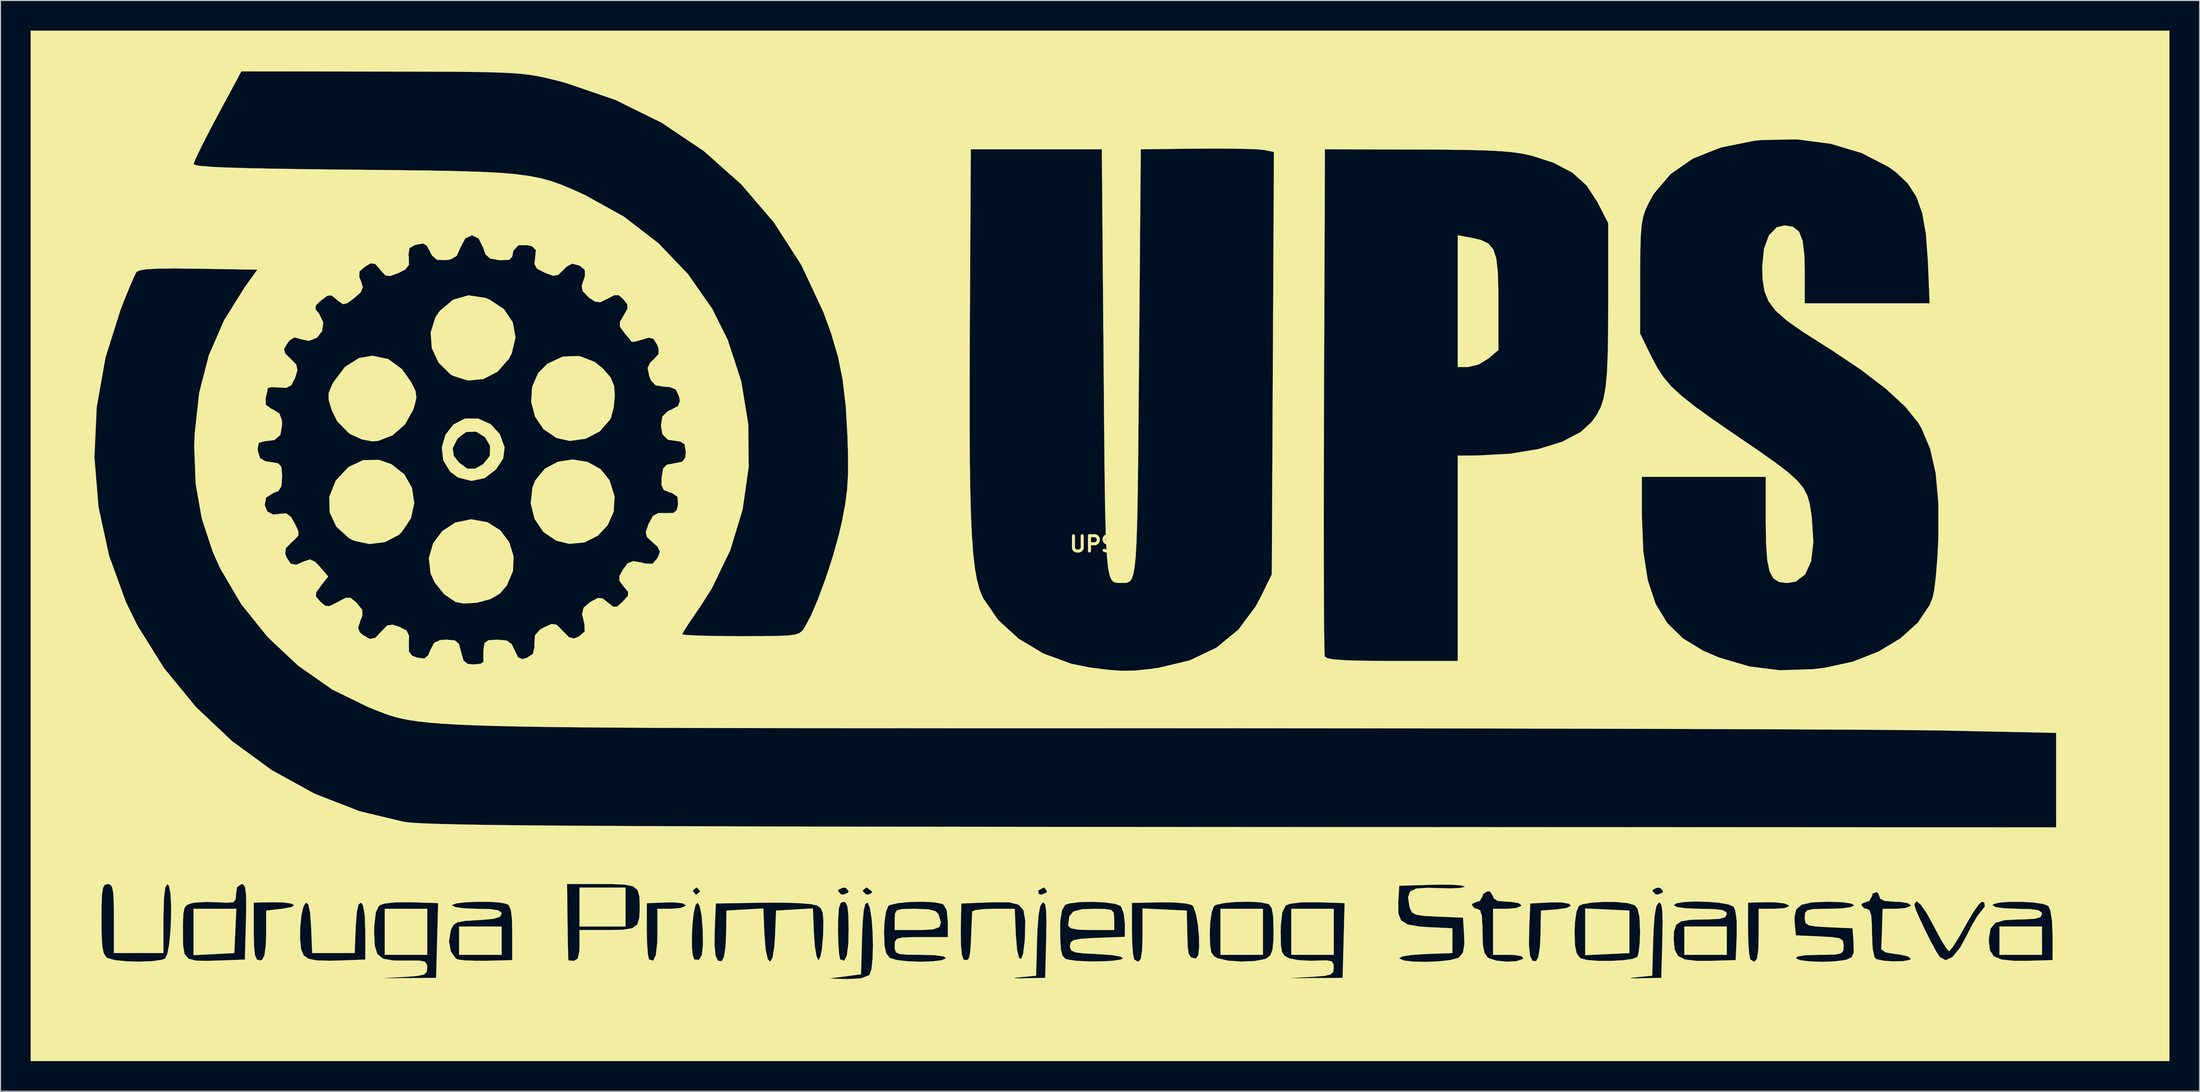
<source format=kicad_pcb>
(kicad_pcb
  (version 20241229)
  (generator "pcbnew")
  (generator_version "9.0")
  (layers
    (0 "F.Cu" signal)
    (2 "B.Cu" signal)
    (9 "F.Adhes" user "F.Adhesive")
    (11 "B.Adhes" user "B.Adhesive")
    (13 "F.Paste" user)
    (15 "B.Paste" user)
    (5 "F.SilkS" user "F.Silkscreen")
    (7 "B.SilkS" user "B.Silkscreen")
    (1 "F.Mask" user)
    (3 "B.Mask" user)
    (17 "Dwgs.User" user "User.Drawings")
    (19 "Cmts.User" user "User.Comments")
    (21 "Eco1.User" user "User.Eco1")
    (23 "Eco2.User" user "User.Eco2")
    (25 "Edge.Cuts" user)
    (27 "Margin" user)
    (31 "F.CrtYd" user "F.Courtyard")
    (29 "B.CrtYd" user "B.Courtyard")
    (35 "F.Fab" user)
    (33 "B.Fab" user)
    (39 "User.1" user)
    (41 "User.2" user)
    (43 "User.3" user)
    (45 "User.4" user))
  (footprint "UPS3"
    (layer "F.Cu")
    (at 106.544 51.158)
    (property "Reference" "UPS3" (at 0 0 0) (layer "F.SilkS") (effects (font (size 1.524 1.524) (thickness 0.3))))
    (attr through_hole)
    (fp_poly (pts (xy -67.028 40.922) (xy -71.261 40.922) (xy -71.261 36.336) (xy -67.028 36.336) (xy -67.028 40.922)) (stroke (width 0.01) (type solid)) (fill yes) (layer "F.SilkS"))
    (fp_poly (pts (xy -59.619 40.922) (xy -63.853 40.922) (xy -63.853 38.1) (xy -59.619 38.1) (xy -59.619 40.922)) (stroke (width 0.01) (type solid)) (fill yes) (layer "F.SilkS"))
    (fp_poly (pts (xy -47.272 38.1) (xy -51.858 38.1) (xy -51.858 34.219) (xy -47.272 34.219) (xy -47.272 38.1)) (stroke (width 0.01) (type solid)) (fill yes) (layer "F.SilkS"))
    (fp_poly (pts (xy 16.228 40.922) (xy 11.994 40.922) (xy 11.994 36.336) (xy 16.228 36.336) (xy 16.228 40.922)) (stroke (width 0.01) (type solid)) (fill yes) (layer "F.SilkS"))
    (fp_poly (pts (xy 23.283 40.922) (xy 19.05 40.922) (xy 19.05 36.336) (xy 23.283 36.336) (xy 23.283 40.922)) (stroke (width 0.01) (type solid)) (fill yes) (layer "F.SilkS"))
    (fp_poly (pts (xy 52.74 36.513) (xy 52.74 40.746) (xy 48.331 40.956) (xy 48.331 36.302) (xy 52.74 36.513)) (stroke (width 0.01) (type solid)) (fill yes) (layer "F.SilkS"))
    (fp_poly (pts (xy 62.442 40.922) (xy 58.208 40.922) (xy 58.208 38.1) (xy 62.442 38.1) (xy 62.442 40.922)) (stroke (width 0.01) (type solid)) (fill yes) (layer "F.SilkS"))
    (fp_poly (pts (xy 93.839 40.922) (xy 89.606 40.922) (xy 89.606 38.1) (xy 93.839 38.1) (xy 93.839 40.922)) (stroke (width 0.01) (type solid)) (fill yes) (layer "F.SilkS"))
    (fp_poly (pts (xy -86.149 38.541) (xy -86.254 40.746) (xy -88.283 40.852) (xy -90.311 40.957) (xy -90.311 36.336) (xy -86.044 36.336) (xy -86.149 38.541)) (stroke (width 0.01) (type solid)) (fill yes) (layer "F.SilkS"))
    (fp_poly (pts (xy 36.953 -30.53) (xy 37.963 -30.294) (xy 38.689 -29.941) (xy 39.179 -29.361) (xy 39.477 -28.447) (xy 39.63 -27.092) (xy 39.683 -25.188) (xy 39.688 -24.124) (xy 39.688 -19.341) (xy 38.698 -18.49) (xy 37.691 -17.882) (xy 36.669 -17.639) (xy 35.631 -17.639) (xy 35.631 -30.77) (xy 36.953 -30.53)) (stroke (width 0.01) (type solid)) (fill yes) (layer "F.SilkS"))
    (fp_poly (pts (xy -17.107 36.389) (xy -16.388 36.572) (xy -16.089 36.894) (xy -15.863 37.68) (xy -15.997 38.149) (xy -16.599 38.379) (xy -17.772 38.451) (xy -18.168 38.453) (xy -20.461 38.453) (xy -20.461 37.394) (xy -20.432 36.805) (xy -20.235 36.489) (xy -19.7 36.361) (xy -18.66 36.336) (xy -18.382 36.336) (xy -17.107 36.389)) (stroke (width 0.01) (type solid)) (fill yes) (layer "F.SilkS"))
    (fp_poly (pts (xy 0.491 36.351) (xy 1.111 36.451) (xy 1.362 36.724) (xy 1.411 37.253) (xy 1.411 37.394) (xy 1.411 38.453) (xy -0.882 38.453) (xy -2.188 38.413) (xy -2.91 38.278) (xy -3.169 38.02) (xy -3.175 37.952) (xy -3.068 37.098) (xy -2.656 36.604) (xy -1.798 36.38) (xy -0.668 36.336) (xy 0.491 36.351)) (stroke (width 0.01) (type solid)) (fill yes) (layer "F.SilkS"))
    (fp_poly (pts (xy -51.052 -8.185) (xy -49.761 -7.472) (xy -48.866 -6.362) (xy -48.364 -4.755) (xy -48.459 -3.223) (xy -49.054 -1.875) (xy -50.054 -0.82) (xy -51.363 -0.166) (xy -52.885 -0.022) (xy -54.18 -0.342) (xy -55.472 -1.214) (xy -56.34 -2.51) (xy -56.722 -4.046) (xy -56.554 -5.637) (xy -56.262 -6.362) (xy -55.308 -7.519) (xy -54.003 -8.209) (xy -52.526 -8.431) (xy -51.052 -8.185)) (stroke (width 0.01) (type solid)) (fill yes) (layer "F.SilkS"))
    (fp_poly (pts (xy -70.59 -7.956) (xy -69.307 -6.941) (xy -68.546 -5.597) (xy -68.323 -4.086) (xy -68.653 -2.571) (xy -69.554 -1.214) (xy -69.887 -0.905) (xy -71.23 -0.199) (xy -72.804 -0.004) (xy -74.339 -0.339) (xy -74.834 -0.594) (xy -76.088 -1.736) (xy -76.751 -3.157) (xy -76.79 -4.715) (xy -76.176 -6.267) (xy -76.101 -6.381) (xy -74.869 -7.688) (xy -73.409 -8.367) (xy -71.819 -8.39) (xy -70.59 -7.956)) (stroke (width 0.01) (type solid)) (fill yes) (layer "F.SilkS"))
    (fp_poly (pts (xy -61.256 -24.535) (xy -60.817 -24.361) (xy -59.381 -23.398) (xy -58.506 -22.1) (xy -58.235 -20.593) (xy -58.607 -19.005) (xy -58.9 -18.45) (xy -60.022 -17.18) (xy -61.427 -16.447) (xy -62.955 -16.291) (xy -64.449 -16.756) (xy -64.711 -16.914) (xy -65.903 -18.071) (xy -66.573 -19.519) (xy -66.689 -21.082) (xy -66.222 -22.584) (xy -65.77 -23.246) (xy -64.445 -24.351) (xy -62.923 -24.785) (xy -61.256 -24.535)) (stroke (width 0.01) (type solid)) (fill yes) (layer "F.SilkS"))
    (fp_poly (pts (xy -61.011 -2.17) (xy -59.742 -1.364) (xy -58.862 -0.191) (xy -58.427 1.208) (xy -58.49 2.694) (xy -59.104 4.128) (xy -59.784 4.928) (xy -60.755 5.488) (xy -62.074 5.841) (xy -63.401 5.924) (xy -64.206 5.767) (xy -65.329 5.01) (xy -66.278 3.834) (xy -66.692 2.947) (xy -66.87 1.394) (xy -66.451 -0.066) (xy -65.542 -1.291) (xy -64.248 -2.139) (xy -62.677 -2.469) (xy -62.618 -2.469) (xy -61.011 -2.17)) (stroke (width 0.01) (type solid)) (fill yes) (layer "F.SilkS"))
    (fp_poly (pts (xy -50.346 -18.151) (xy -49.53 -17.498) (xy -48.754 -16.598) (xy -48.409 -15.752) (xy -48.343 -14.764) (xy -48.455 -13.599) (xy -48.719 -12.604) (xy -48.808 -12.414) (xy -49.839 -11.23) (xy -51.253 -10.494) (xy -52.834 -10.28) (xy -54.151 -10.567) (xy -55.44 -11.438) (xy -56.289 -12.692) (xy -56.677 -14.158) (xy -56.582 -15.664) (xy -55.983 -17.037) (xy -55.072 -17.964) (xy -53.51 -18.684) (xy -51.886 -18.743) (xy -50.346 -18.151)) (stroke (width 0.01) (type solid)) (fill yes) (layer "F.SilkS"))
    (fp_poly (pts (xy -70.909 -18.433) (xy -69.554 -17.441) (xy -68.621 -16.127) (xy -68.203 -15.264) (xy -68.109 -14.581) (xy -68.316 -13.721) (xy -68.444 -13.344) (xy -69.257 -11.91) (xy -70.479 -10.841) (xy -71.923 -10.281) (xy -72.496 -10.231) (xy -73.541 -10.432) (xy -74.653 -10.927) (xy -74.825 -11.036) (xy -76 -12.235) (xy -76.547 -13.344) (xy -76.847 -14.339) (xy -76.853 -15.04) (xy -76.543 -15.805) (xy -76.371 -16.127) (xy -75.228 -17.652) (xy -73.832 -18.535) (xy -72.496 -18.768) (xy -70.909 -18.433)) (stroke (width 0.01) (type solid)) (fill yes) (layer "F.SilkS"))
    (fp_poly (pts (xy -61.956 -12.504) (xy -60.711 -11.949) (xy -59.811 -10.963) (xy -59.779 -10.904) (xy -59.324 -9.636) (xy -59.461 -8.544) (xy -60.18 -7.435) (xy -61.316 -6.568) (xy -62.639 -6.297) (xy -63.955 -6.633) (xy -64.751 -7.216) (xy -65.44 -8.347) (xy -65.569 -9.56) (xy -64.493 -9.56) (xy -64.384 -8.781) (xy -63.853 -8.114) (xy -63.036 -7.514) (xy -62.244 -7.521) (xy -61.462 -7.958) (xy -60.802 -8.781) (xy -60.767 -9.775) (xy -61.262 -10.644) (xy -62.168 -11.206) (xy -63.156 -11.166) (xy -63.987 -10.536) (xy -64.009 -10.505) (xy -64.493 -9.56) (xy -65.569 -9.56) (xy -65.577 -9.639) (xy -65.217 -10.896) (xy -64.413 -11.921) (xy -63.275 -12.504) (xy -61.956 -12.504)) (stroke (width 0.01) (type solid)) (fill yes) (layer "F.SilkS"))
    (fp_poly (pts (xy 106.539 51.506) (xy -106.539 51.506) (xy -106.539 43.286) (xy -26.988 43.286) (xy -25.179 43.339) (xy -23.803 43.265) (xy -23.782 43.258) (xy -8.528 43.258) (xy -7.848 43.26) (xy -7.706 43.258) (xy 52.856 43.258) (xy 53.535 43.26) (xy 53.975 43.253) (xy 55.915 43.215) (xy 56.016 39.389) (xy 56.044 37.649) (xy 56.013 36.517) (xy 55.927 35.983) (xy 57.15 35.983) (xy 57.478 36.161) (xy 58.367 36.285) (xy 59.672 36.336) (xy 59.796 36.336) (xy 61.191 36.364) (xy 62.011 36.464) (xy 62.381 36.662) (xy 62.442 36.865) (xy 62.277 37.174) (xy 61.696 37.339) (xy 60.564 37.394) (xy 60.354 37.394) (xy 58.837 37.428) (xy 57.892 37.583) (xy 57.385 37.94) (xy 57.182 38.582) (xy 57.15 39.355) (xy 57.236 40.373) (xy 57.572 41.028) (xy 58.277 41.389) (xy 59.468 41.526) (xy 60.854 41.519) (xy 63.324 41.45) (xy 63.429 39.037) (xy 63.426 37.55) (xy 63.285 36.505) (xy 63.121 36.128) (xy 62.621 35.9) (xy 61.678 35.735) (xy 61.54 35.723) (xy 64.558 35.723) (xy 64.558 38.44) (xy 64.587 39.764) (xy 64.663 40.799) (xy 64.77 41.356) (xy 64.794 41.393) (xy 65.186 41.619) (xy 65.441 41.322) (xy 65.577 40.44) (xy 65.617 38.982) (xy 65.617 37.2) (xy 69.18 37.2) (xy 69.209 37.812) (xy 69.321 38.982) (xy 71.702 39.086) (xy 72.965 39.158) (xy 73.678 39.276) (xy 73.998 39.505) (xy 74.081 39.907) (xy 74.083 40.056) (xy 74.045 40.507) (xy 73.83 40.766) (xy 73.283 40.886) (xy 72.253 40.921) (xy 71.593 40.922) (xy 70.235 40.967) (xy 69.464 41.097) (xy 69.321 41.275) (xy 69.77 41.461) (xy 70.7 41.578) (xy 71.886 41.619) (xy 73.107 41.579) (xy 74.138 41.453) (xy 74.366 41.401) (xy 74.883 41.164) (xy 75.086 40.683) (xy 75.072 39.732) (xy 75.072 39.73) (xy 74.965 38.276) (xy 72.584 38.172) (xy 71.321 38.1) (xy 70.608 37.982) (xy 70.288 37.754) (xy 70.205 37.351) (xy 70.203 37.202) (xy 70.241 36.75) (xy 70.458 36.491) (xy 71.008 36.371) (xy 72.045 36.338) (xy 72.672 36.336) (xy 73.939 36.289) (xy 74.814 36.165) (xy 75.142 35.984) (xy 75.142 35.983) (xy 75.847 35.983) (xy 76.133 36.296) (xy 76.376 36.336) (xy 76.665 36.483) (xy 76.83 37.009) (xy 76.899 38.044) (xy 76.906 38.776) (xy 76.97 40.307) (xy 77.162 41.17) (xy 77.337 41.36) (xy 78.126 41.516) (xy 79.106 41.577) (xy 80.032 41.547) (xy 80.657 41.429) (xy 80.786 41.312) (xy 80.472 41.076) (xy 79.681 40.895) (xy 79.287 40.854) (xy 78.276 40.685) (xy 77.833 40.385) (xy 77.823 40.305) (xy 77.853 39.712) (xy 77.892 38.701) (xy 77.911 38.1) (xy 77.964 36.336) (xy 79.375 36.336) (xy 80.259 36.258) (xy 80.75 36.062) (xy 80.782 35.993) (xy 81.139 35.993) (xy 81.291 36.472) (xy 81.681 37.371) (xy 82.212 38.489) (xy 82.784 39.625) (xy 83.301 40.58) (xy 83.663 41.15) (xy 84.252 41.461) (xy 84.952 41.113) (xy 85.723 40.137) (xy 86.017 39.593) (xy 88.547 39.593) (xy 88.652 40.482) (xy 89.038 41.064) (xy 89.816 41.392) (xy 91.096 41.519) (xy 92.515 41.513) (xy 94.896 41.451) (xy 94.897 38.964) (xy 94.837 37.547) (xy 94.673 36.507) (xy 94.474 36.054) (xy 93.956 35.849) (xy 93.012 35.71) (xy 91.843 35.639) (xy 90.652 35.639) (xy 89.64 35.712) (xy 89.01 35.862) (xy 88.9 35.983) (xy 89.226 36.164) (xy 90.101 36.289) (xy 91.367 36.336) (xy 91.369 36.336) (xy 92.711 36.367) (xy 93.479 36.479) (xy 93.803 36.7) (xy 93.839 36.865) (xy 93.682 37.166) (xy 93.124 37.331) (xy 92.032 37.392) (xy 91.616 37.394) (xy 90.122 37.466) (xy 89.197 37.741) (xy 88.716 38.31) (xy 88.553 39.264) (xy 88.547 39.593) (xy 86.017 39.593) (xy 86.276 39.113) (xy 86.863 37.969) (xy 87.399 37.065) (xy 87.739 36.628) (xy 88.146 36.098) (xy 88.094 35.705) (xy 87.848 35.631) (xy 87.53 35.92) (xy 86.994 36.688) (xy 86.343 37.784) (xy 86.173 38.094) (xy 85.52 39.248) (xy 84.972 40.114) (xy 84.627 40.542) (xy 84.583 40.563) (xy 84.313 40.274) (xy 83.831 39.5) (xy 83.23 38.396) (xy 83.079 38.1) (xy 82.339 36.751) (xy 81.741 35.897) (xy 81.328 35.586) (xy 81.144 35.865) (xy 81.139 35.993) (xy 80.782 35.993) (xy 80.786 35.983) (xy 80.471 35.773) (xy 79.673 35.647) (xy 79.199 35.631) (xy 78.165 35.551) (xy 77.709 35.327) (xy 77.699 35.234) (xy 77.512 34.77) (xy 77.347 34.675) (xy 76.969 34.808) (xy 76.906 35.072) (xy 76.636 35.558) (xy 76.376 35.631) (xy 75.907 35.821) (xy 75.847 35.983) (xy 75.142 35.983) (xy 74.814 35.805) (xy 73.928 35.681) (xy 72.633 35.631) (xy 72.539 35.631) (xy 70.921 35.693) (xy 69.894 35.929) (xy 69.349 36.407) (xy 69.18 37.2) (xy 65.617 37.2) (xy 65.617 36.336) (xy 67.225 36.336) (xy 68.201 36.269) (xy 68.626 36.087) (xy 68.617 35.985) (xy 68.17 35.798) (xy 67.253 35.69) (xy 66.479 35.679) (xy 64.558 35.723) (xy 61.54 35.723) (xy 60.488 35.637) (xy 59.246 35.613) (xy 58.147 35.665) (xy 57.386 35.8) (xy 57.15 35.983) (xy 55.927 35.983) (xy 55.914 35.9) (xy 55.738 35.703) (xy 55.663 35.714) (xy 55.425 36.059) (xy 55.255 36.953) (xy 55.145 38.458) (xy 55.109 39.432) (xy 55.009 43) (xy 53.522 43.145) (xy 52.857 43.221) (xy 52.856 43.258) (xy -7.706 43.258) (xy -7.408 43.253) (xy -5.468 43.215) (xy -5.368 39.389) (xy -5.342 37.791) (xy -3.97 37.791) (xy -3.965 39.396) (xy -3.895 40.43) (xy -3.734 41.025) (xy -3.454 41.314) (xy -3.263 41.385) (xy -2.419 41.512) (xy -1.259 41.575) (xy 0.005 41.577) (xy 1.159 41.522) (xy 1.992 41.413) (xy 2.284 41.29) (xy 2.068 41.107) (xy 1.253 40.957) (xy -0.054 40.857) (xy -0.253 40.849) (xy -1.639 40.78) (xy -2.462 40.673) (xy -2.866 40.486) (xy -2.993 40.177) (xy -2.999 40.04) (xy -2.931 39.681) (xy -2.634 39.458) (xy -1.964 39.329) (xy -0.778 39.252) (xy -0.265 39.232) (xy 2.469 39.129) (xy 2.469 37.803) (xy 2.363 36.82) (xy 2.101 36.12) (xy 2.046 36.054) (xy 1.48 35.836) (xy 0.858 35.752) (xy 3.175 35.752) (xy 3.175 38.455) (xy 3.204 39.774) (xy 3.28 40.806) (xy 3.388 41.358) (xy 3.41 41.393) (xy 3.802 41.619) (xy 4.056 41.323) (xy 4.193 40.445) (xy 4.233 38.965) (xy 4.233 36.302) (xy 8.643 36.513) (xy 8.687 38.806) (xy 8.731 40.101) (xy 8.839 40.843) (xy 9.065 41.183) (xy 9.462 41.274) (xy 9.565 41.275) (xy 9.78 40.963) (xy 9.872 40.163) (xy 9.855 39.077) (xy 9.82 38.711) (xy 10.936 38.711) (xy 10.964 39.954) (xy 11.085 40.678) (xy 11.358 41.067) (xy 11.73 41.264) (xy 12.747 41.5) (xy 14.066 41.593) (xy 15.386 41.542) (xy 16.404 41.348) (xy 16.604 41.263) (xy 16.976 40.952) (xy 17.184 40.404) (xy 17.273 39.445) (xy 17.283 38.681) (xy 17.992 38.681) (xy 18.015 39.922) (xy 18.128 40.644) (xy 18.392 41.032) (xy 18.863 41.271) (xy 19.735 41.448) (xy 20.938 41.516) (xy 21.509 41.501) (xy 22.559 41.469) (xy 23.086 41.575) (xy 23.266 41.891) (xy 23.283 42.204) (xy 23.232 42.622) (xy 22.976 42.876) (xy 22.367 43.02) (xy 21.255 43.109) (xy 20.726 43.138) (xy 19.559 43.199) (xy 19.026 43.235) (xy 19.145 43.251) (xy 19.935 43.251) (xy 21.167 43.241) (xy 24.165 43.215) (xy 24.364 35.769) (xy 21.675 35.683) (xy 20.09 35.692) (xy 18.968 35.824) (xy 18.489 36.01) (xy 18.156 36.692) (xy 18.003 38.041) (xy 17.992 38.681) (xy 17.283 38.681) (xy 17.286 38.478) (xy 17.247 37.109) (xy 17.111 36.299) (xy 16.847 35.906) (xy 16.728 35.845) (xy 15.925 35.687) (xy 15.425 35.661) (xy 29.705 35.661) (xy 29.711 36.775) (xy 29.986 37.488) (xy 30.65 37.899) (xy 31.824 38.104) (xy 32.822 38.169) (xy 35.101 38.276) (xy 35.101 40.746) (xy 32.356 40.849) (xy 30.993 40.941) (xy 30.109 41.086) (xy 29.809 41.265) (xy 29.819 41.29) (xy 30.284 41.489) (xy 31.236 41.599) (xy 32.46 41.626) (xy 33.746 41.572) (xy 34.878 41.443) (xy 35.645 41.242) (xy 35.762 41.175) (xy 36.15 40.693) (xy 36.293 39.878) (xy 36.27 38.97) (xy 36.16 37.218) (xy 33.605 37.114) (xy 32.276 37.043) (xy 31.488 36.923) (xy 31.077 36.698) (xy 30.878 36.31) (xy 30.833 36.145) (xy 30.807 35.983) (xy 37.042 35.983) (xy 37.327 36.296) (xy 37.571 36.336) (xy 37.869 36.49) (xy 38.034 37.04) (xy 38.096 38.117) (xy 38.1 38.612) (xy 38.143 39.944) (xy 38.3 40.742) (xy 38.61 41.175) (xy 38.717 41.247) (xy 39.492 41.501) (xy 40.5 41.604) (xy 41.458 41.556) (xy 42.084 41.352) (xy 42.157 41.275) (xy 41.99 41.051) (xy 41.222 40.934) (xy 40.767 40.922) (xy 39.158 40.922) (xy 39.158 39.934) (xy 42.729 39.934) (xy 42.83 41) (xy 43.075 41.512) (xy 43.439 41.553) (xy 43.664 41.138) (xy 43.82 40.15) (xy 43.879 38.966) (xy 43.884 38.682) (xy 47.272 38.682) (xy 47.32 40.003) (xy 47.492 40.794) (xy 47.827 41.225) (xy 47.89 41.266) (xy 48.532 41.438) (xy 49.603 41.524) (xy 50.871 41.53) (xy 52.104 41.461) (xy 53.07 41.323) (xy 53.515 41.147) (xy 53.662 40.67) (xy 53.764 39.706) (xy 53.799 38.587) (xy 53.738 37.159) (xy 53.541 36.312) (xy 53.269 35.976) (xy 52.578 35.77) (xy 51.472 35.661) (xy 50.189 35.647) (xy 48.966 35.724) (xy 48.04 35.888) (xy 47.696 36.054) (xy 47.465 36.626) (xy 47.313 37.678) (xy 47.272 38.682) (xy 43.884 38.682) (xy 43.921 36.513) (xy 45.42 36.404) (xy 46.489 36.251) (xy 46.912 36.04) (xy 46.736 35.836) (xy 46.012 35.702) (xy 44.891 35.698) (xy 42.862 35.807) (xy 42.757 38.241) (xy 42.729 39.934) (xy 39.158 39.934) (xy 39.158 36.336) (xy 40.569 36.336) (xy 41.453 36.258) (xy 41.945 36.062) (xy 41.981 35.983) (xy 41.668 35.762) (xy 40.886 35.64) (xy 40.569 35.631) (xy 39.588 35.543) (xy 39.184 35.254) (xy 39.158 35.101) (xy 38.876 34.634) (xy 38.629 34.572) (xy 55.033 34.572) (xy 55.319 34.885) (xy 55.562 34.925) (xy 56.032 34.735) (xy 56.092 34.572) (xy 55.806 34.259) (xy 55.562 34.219) (xy 55.093 34.41) (xy 55.033 34.572) (xy 38.629 34.572) (xy 38.161 34.855) (xy 38.1 35.101) (xy 37.818 35.569) (xy 37.571 35.631) (xy 37.101 35.821) (xy 37.042 35.983) (xy 30.807 35.983) (xy 30.684 35.208) (xy 30.873 34.622) (xy 31.499 34.322) (xy 32.659 34.242) (xy 33.694 34.276) (xy 34.956 34.305) (xy 35.89 34.26) (xy 36.324 34.151) (xy 36.336 34.125) (xy 36.01 34.011) (xy 35.133 33.942) (xy 33.863 33.926) (xy 33.073 33.942) (xy 29.81 34.043) (xy 29.705 35.661) (xy 15.425 35.661) (xy 14.768 35.628) (xy 13.493 35.658) (xy 12.339 35.768) (xy 11.541 35.949) (xy 11.359 36.054) (xy 11.129 36.628) (xy 10.977 37.686) (xy 10.936 38.711) (xy 9.82 38.711) (xy 9.745 37.91) (xy 9.557 36.864) (xy 9.308 36.143) (xy 9.16 35.964) (xy 8.574 35.813) (xy 7.498 35.715) (xy 6.148 35.689) (xy 5.909 35.693) (xy 3.175 35.752) (xy 0.858 35.752) (xy 0.449 35.697) (xy -0.808 35.64) (xy -2.053 35.672) (xy -3.049 35.796) (xy -3.476 35.944) (xy -3.793 36.488) (xy -3.959 37.489) (xy -3.97 37.791) (xy -5.342 37.791) (xy -5.34 37.649) (xy -5.37 36.517) (xy -5.469 35.9) (xy -5.646 35.703) (xy -5.72 35.714) (xy -5.958 36.059) (xy -6.128 36.953) (xy -6.239 38.458) (xy -6.274 39.432) (xy -6.374 43) (xy -7.861 43.145) (xy -8.526 43.221) (xy -8.528 43.258) (xy -23.782 43.258) (xy -23.018 42.958) (xy -22.96 42.898) (xy -22.769 42.323) (xy -22.659 41.288) (xy -22.626 39.978) (xy -22.659 38.682) (xy -21.519 38.682) (xy -21.473 39.996) (xy -21.305 40.778) (xy -20.976 41.199) (xy -20.902 41.247) (xy -20.231 41.443) (xy -19.164 41.564) (xy -17.923 41.608) (xy -16.726 41.575) (xy -15.793 41.463) (xy -15.346 41.275) (xy -15.549 41.083) (xy -16.398 40.963) (xy -17.794 40.922) (xy -19.147 40.911) (xy -19.941 40.846) (xy -20.327 40.678) (xy -20.451 40.358) (xy -20.461 40.04) (xy -20.428 39.592) (xy -20.23 39.329) (xy -19.718 39.202) (xy -18.745 39.162) (xy -17.815 39.158) (xy -15.169 39.158) (xy -15.169 38.541) (xy -13.879 38.541) (xy -13.864 39.899) (xy -13.768 40.902) (xy -13.609 41.386) (xy -13.582 41.403) (xy -13.247 41.454) (xy -13.042 41.217) (xy -12.925 40.562) (xy -12.854 39.358) (xy -12.843 39.065) (xy -12.796 37.871) (xy -12.755 36.971) (xy -12.731 36.601) (xy -12.393 36.46) (xy -11.547 36.365) (xy -10.599 36.336) (xy -8.498 36.336) (xy -8.394 38.894) (xy -8.273 40.385) (xy -8.083 41.207) (xy -7.866 41.353) (xy -7.662 40.816) (xy -7.511 39.59) (xy -7.48 39.038) (xy -7.456 37.489) (xy -7.627 36.489) (xy -8.109 35.929) (xy -9.023 35.695) (xy -10.485 35.677) (xy -11.031 35.696) (xy -13.824 35.807) (xy -13.879 38.541) (xy -15.169 38.541) (xy -15.169 37.609) (xy -15.275 36.468) (xy -15.612 35.904) (xy -15.727 35.845) (xy -16.531 35.687) (xy -17.688 35.628) (xy -18.962 35.658) (xy -20.117 35.768) (xy -20.914 35.949) (xy -21.096 36.054) (xy -21.327 36.626) (xy -21.479 37.678) (xy -21.519 38.682) (xy -22.659 38.682) (xy -22.662 38.583) (xy -22.762 37.289) (xy -22.92 36.284) (xy -23.131 35.755) (xy -23.183 35.722) (xy -23.395 35.866) (xy -23.548 36.51) (xy -23.653 37.726) (xy -23.712 39.221) (xy -23.812 42.862) (xy -25.4 43.074) (xy -26.988 43.286) (xy -106.539 43.286) (xy -106.539 37.377) (xy -99.483 37.377) (xy -99.466 39.029) (xy -99.398 40.114) (xy -99.258 40.769) (xy -99.024 41.132) (xy -98.866 41.247) (xy -98.148 41.449) (xy -96.997 41.568) (xy -95.662 41.602) (xy -94.393 41.549) (xy -93.442 41.407) (xy -93.152 41.294) (xy -92.925 40.836) (xy -92.746 39.893) (xy -92.619 38.641) (xy -92.618 38.61) (xy -91.369 38.61) (xy -91.353 39.947) (xy -91.22 40.809) (xy -90.845 41.294) (xy -90.102 41.5) (xy -88.866 41.523) (xy -87.665 41.485) (xy -85.196 41.397) (xy -85.096 37.632) (xy -85.065 35.937) (xy -85.069 35.723) (xy -84.314 35.723) (xy -84.314 38.44) (xy -84.29 39.985) (xy -84.197 40.934) (xy -84.006 41.397) (xy -83.686 41.482) (xy -83.486 41.424) (xy -83.251 40.986) (xy -83.111 39.956) (xy -83.092 39.33) (xy -79.7 39.33) (xy -79.599 40.318) (xy -79.572 40.437) (xy -79.337 40.975) (xy -78.873 41.31) (xy -78.047 41.477) (xy -76.728 41.511) (xy -75.671 41.484) (xy -73.201 41.396) (xy -73.201 38.684) (xy -72.319 38.684) (xy -72.259 40.017) (xy -71.993 40.86) (xy -71.395 41.318) (xy -70.338 41.494) (xy -68.88 41.496) (xy -67.798 41.495) (xy -67.246 41.613) (xy -67.048 41.919) (xy -67.028 42.228) (xy -67.084 42.634) (xy -67.352 42.882) (xy -67.982 43.024) (xy -69.123 43.113) (xy -69.585 43.138) (xy -70.752 43.199) (xy -71.285 43.235) (xy -71.166 43.251) (xy -70.376 43.251) (xy -69.144 43.241) (xy -66.146 43.215) (xy -66.049 39.594) (xy -64.861 39.594) (xy -64.671 40.605) (xy -64.182 41.28) (xy -63.941 41.395) (xy -63.283 41.475) (xy -62.169 41.515) (xy -60.943 41.509) (xy -58.562 41.451) (xy -58.562 38.755) (xy -58.593 37.31) (xy -58.704 36.428) (xy -58.923 35.973) (xy -59.119 35.845) (xy -59.816 35.708) (xy -60.867 35.639) (xy -62.07 35.634) (xy -63.219 35.687) (xy -64.112 35.794) (xy -64.545 35.948) (xy -64.558 35.983) (xy -64.232 36.164) (xy -63.358 36.289) (xy -62.091 36.336) (xy -62.089 36.336) (xy -60.737 36.369) (xy -59.965 36.486) (xy -59.647 36.711) (xy -59.619 36.849) (xy -59.807 37.147) (xy -60.445 37.337) (xy -61.648 37.45) (xy -61.993 37.467) (xy -63.27 37.544) (xy -64.021 37.683) (xy -64.425 37.951) (xy -64.663 38.415) (xy -64.69 38.491) (xy -64.861 39.594) (xy -66.049 39.594) (xy -65.947 35.769) (xy -68.636 35.683) (xy -70.221 35.692) (xy -71.344 35.824) (xy -71.822 36.01) (xy -72.155 36.691) (xy -72.308 38.038) (xy -72.319 38.684) (xy -73.201 38.684) (xy -73.201 38.631) (xy -73.258 36.964) (xy -73.427 35.994) (xy -73.626 35.724) (xy -73.876 35.897) (xy -74.046 36.652) (xy -74.151 38.048) (xy -74.156 38.164) (xy -74.26 40.746) (xy -78.493 40.746) (xy -78.597 38.164) (xy -78.698 36.723) (xy -78.864 35.927) (xy -79.108 35.717) (xy -79.126 35.722) (xy -79.374 36.126) (xy -79.567 37.011) (xy -79.682 38.153) (xy -79.7 39.33) (xy -83.092 39.33) (xy -83.079 38.891) (xy -83.079 36.513) (xy -81.492 36.336) (xy -80.568 36.171) (xy -80.285 35.984) (xy -80.582 35.814) (xy -81.395 35.701) (xy -82.508 35.682) (xy -84.314 35.723) (xy -85.069 35.723) (xy -85.088 34.83) (xy -85.179 34.195) (xy -85.353 33.914) (xy -85.537 33.867) (xy -53.1 33.867) (xy -53.053 37.659) (xy -53.031 39.203) (xy -53.005 40.45) (xy -52.979 41.254) (xy -52.962 41.481) (xy -52.628 41.507) (xy -52.388 41.51) (xy -52.033 41.295) (xy -51.876 40.568) (xy -51.858 39.981) (xy -51.858 38.453) (xy -49.074 38.453) (xy -47.558 38.424) (xy -46.614 38.272) (xy -46.105 37.902) (xy -45.899 37.218) (xy -45.861 36.16) (xy -45.872 35.782) (xy -45.156 35.782) (xy -45.156 38.47) (xy -45.128 39.784) (xy -45.055 40.808) (xy -44.951 41.351) (xy -44.93 41.383) (xy -44.526 41.507) (xy -44.254 40.943) (xy -44.116 39.697) (xy -44.102 39.003) (xy -40.664 39.003) (xy -40.659 40.132) (xy -40.575 40.996) (xy -40.403 41.404) (xy -40.393 41.408) (xy -39.945 41.41) (xy -39.675 40.955) (xy -39.564 39.962) (xy -39.564 39.934) (xy -38.41 39.934) (xy -38.309 41) (xy -38.064 41.512) (xy -37.7 41.553) (xy -37.474 41.138) (xy -37.319 40.15) (xy -37.26 38.966) (xy -37.218 36.513) (xy -33.546 36.3) (xy -33.442 38.848) (xy -33.312 40.42) (xy -33.105 41.344) (xy -32.865 41.608) (xy -32.633 41.203) (xy -32.452 40.118) (xy -32.383 39.094) (xy -32.279 36.513) (xy -28.607 36.3) (xy -28.503 38.876) (xy -28.408 40.122) (xy -28.254 41.036) (xy -28.072 41.445) (xy -28.046 41.451) (xy -27.861 41.128) (xy -27.701 40.275) (xy -27.597 39.069) (xy -27.59 38.914) (xy -27.578 38.394) (xy -26.106 38.394) (xy -26.079 39.727) (xy -26.007 40.772) (xy -25.905 41.34) (xy -25.88 41.383) (xy -25.491 41.515) (xy -25.226 40.994) (xy -25.08 39.804) (xy -25.047 38.432) (xy -25.072 36.99) (xy -25.164 36.127) (xy -25.345 35.717) (xy -25.576 35.631) (xy -25.85 35.765) (xy -26.014 36.253) (xy -26.09 37.221) (xy -26.106 38.394) (xy -27.578 38.394) (xy -27.559 37.562) (xy -27.626 36.74) (xy -27.825 36.277) (xy -28.168 36.013) (xy -28.794 35.872) (xy -29.993 35.773) (xy -31.631 35.723) (xy -33.563 35.727) (xy -38.276 35.807) (xy -38.382 38.241) (xy -38.41 39.934) (xy -39.564 39.934) (xy -39.583 38.447) (xy -39.695 37.011) (xy -39.886 36.064) (xy -40.101 35.727) (xy -40.31 35.973) (xy -40.48 36.73) (xy -40.601 37.805) (xy -40.664 39.003) (xy -44.102 39.003) (xy -44.097 38.785) (xy -44.097 36.336) (xy -42.686 36.336) (xy -41.802 36.257) (xy -41.311 36.058) (xy -41.275 35.978) (xy -41.599 35.784) (xy -42.463 35.694) (xy -43.215 35.701) (xy -45.156 35.782) (xy -45.872 35.782) (xy -45.89 35.153) (xy -46.041 34.572) (xy -40.569 34.572) (xy -40.301 34.915) (xy -40.217 34.925) (xy -39.874 34.657) (xy -39.864 34.572) (xy -26.106 34.572) (xy -25.82 34.885) (xy -25.576 34.925) (xy -25.107 34.735) (xy -25.047 34.572) (xy -23.636 34.572) (xy -23.349 34.882) (xy -23.086 34.925) (xy -22.721 34.754) (xy -22.754 34.572) (xy -6.174 34.572) (xy -6.094 34.874) (xy -5.842 34.925) (xy -5.359 34.741) (xy -5.292 34.572) (xy -5.545 34.23) (xy -5.624 34.219) (xy -6.101 34.476) (xy -6.174 34.572) (xy -22.754 34.572) (xy -23.205 34.233) (xy -23.304 34.219) (xy -23.627 34.489) (xy -23.636 34.572) (xy -25.047 34.572) (xy -25.333 34.259) (xy -25.576 34.219) (xy -26.046 34.41) (xy -26.106 34.572) (xy -39.864 34.572) (xy -40.132 34.23) (xy -40.217 34.219) (xy -40.559 34.488) (xy -40.569 34.572) (xy -46.041 34.572) (xy -46.061 34.495) (xy -46.495 34.111) (xy -47.318 33.928) (xy -48.652 33.871) (xy -49.695 33.867) (xy -53.1 33.867) (xy -85.537 33.867) (xy -85.972 34.176) (xy -86.078 34.837) (xy -86.117 35.406) (xy -86.354 35.676) (xy -86.971 35.734) (xy -87.855 35.684) (xy -89.086 35.654) (xy -90.157 35.719) (xy -90.501 35.779) (xy -90.946 35.935) (xy -91.206 36.234) (xy -91.329 36.839) (xy -91.367 37.911) (xy -91.369 38.61) (xy -92.618 38.61) (xy -92.552 37.256) (xy -92.55 35.912) (xy -92.617 34.786) (xy -92.759 34.053) (xy -92.919 33.866) (xy -93.127 34.215) (xy -93.257 35.257) (xy -93.309 36.984) (xy -93.31 37.306) (xy -93.31 40.746) (xy -98.249 40.746) (xy -98.249 37.306) (xy -98.262 35.713) (xy -98.317 34.699) (xy -98.437 34.138) (xy -98.643 33.904) (xy -98.866 33.866) (xy -99.149 33.94) (xy -99.331 34.243) (xy -99.432 34.902) (xy -99.476 36.041) (xy -99.483 37.377) (xy -106.539 37.377) (xy -106.539 -8.655) (xy -100.189 -8.655) (xy -99.78 -3.707) (xy -98.736 1.12) (xy -97.06 5.743) (xy -95.901 8.114) (xy -93.241 12.37) (xy -90.078 16.224) (xy -86.479 19.625) (xy -82.512 22.525) (xy -78.244 24.873) (xy -73.744 26.62) (xy -69.348 27.671) (xy -68.921 27.726) (xy -68.294 27.776) (xy -67.442 27.823) (xy -66.34 27.866) (xy -64.961 27.905) (xy -63.281 27.941) (xy -61.274 27.974) (xy -58.915 28.004) (xy -56.178 28.031) (xy -53.038 28.055) (xy -49.469 28.077) (xy -45.446 28.096) (xy -40.944 28.113) (xy -35.937 28.128) (xy -30.4 28.141) (xy -24.307 28.152) (xy -17.633 28.162) (xy -10.353 28.17) (xy -2.44 28.177) (xy 6.129 28.182) (xy 14.376 28.186) (xy 95.25 28.222) (xy 95.25 18.811) (xy 84.08 18.578) (xy 82.575 18.554) (xy 80.405 18.531) (xy 77.614 18.508) (xy 74.242 18.487) (xy 70.331 18.466) (xy 65.923 18.447) (xy 61.059 18.429) (xy 55.782 18.412) (xy 50.132 18.397) (xy 44.151 18.384) (xy 37.882 18.372) (xy 31.365 18.362) (xy 24.642 18.354) (xy 17.756 18.349) (xy 10.747 18.345) (xy 4.398 18.344) (xy -3.972 18.345) (xy -11.668 18.345) (xy -18.719 18.344) (xy -25.156 18.342) (xy -31.009 18.338) (xy -36.308 18.33) (xy -41.085 18.318) (xy -45.369 18.301) (xy -49.191 18.278) (xy -52.582 18.249) (xy -55.571 18.213) (xy -58.189 18.168) (xy -60.467 18.115) (xy -62.435 18.051) (xy -64.124 17.977) (xy -65.564 17.892) (xy -66.785 17.794) (xy -67.818 17.683) (xy -68.693 17.559) (xy -69.441 17.42) (xy -70.092 17.265) (xy -70.677 17.094) (xy -71.225 16.905) (xy -71.769 16.699) (xy -72.337 16.474) (xy -72.85 16.272) (xy -76.482 14.498) (xy -79.875 12.128) (xy -82.935 9.258) (xy -85.567 5.982) (xy -87.674 2.394) (xy -88.409 0.747) (xy -89.499 -2.57) (xy -90.1 -6.001) (xy -90.235 -9.513) (xy -83.919 -9.513) (xy -83.896 -9.26) (xy -83.692 -8.562) (xy -83.144 -8.254) (xy -82.638 -8.18) (xy -81.896 -8.051) (xy -81.571 -7.709) (xy -81.493 -6.933) (xy -81.492 -6.687) (xy -81.561 -5.755) (xy -81.854 -5.289) (xy -82.374 -5.084) (xy -83.091 -4.633) (xy -83.219 -3.869) (xy -82.952 -3.243) (xy -82.367 -2.943) (xy -81.748 -3.01) (xy -81.083 -3.066) (xy -80.613 -2.714) (xy -80.238 -2.08) (xy -79.872 -1.295) (xy -79.885 -0.824) (xy -80.325 -0.361) (xy -80.524 -0.196) (xy -81.113 0.404) (xy -81.182 0.955) (xy -81.044 1.323) (xy -80.629 1.96) (xy -80.087 2.059) (xy -79.286 1.716) (xy -78.705 1.526) (xy -78.194 1.769) (xy -77.717 2.271) (xy -76.895 3.227) (xy -77.619 4.148) (xy -78.087 4.801) (xy -78.121 5.211) (xy -77.733 5.68) (xy -77.685 5.727) (xy -77.205 6.141) (xy -76.772 6.179) (xy -76.086 5.847) (xy -75.918 5.751) (xy -75.157 5.355) (xy -74.684 5.345) (xy -74.182 5.743) (xy -74.03 5.894) (xy -73.513 6.535) (xy -73.489 7.128) (xy -73.678 7.611) (xy -73.92 8.346) (xy -73.727 8.812) (xy -73.477 9.026) (xy -72.761 9.447) (xy -72.208 9.342) (xy -71.575 8.674) (xy -71.03 8.111) (xy -70.473 8.028) (xy -69.829 8.23) (xy -69.098 8.602) (xy -68.841 9.139) (xy -68.857 9.85) (xy -68.852 10.702) (xy -68.541 11.124) (xy -68.016 11.316) (xy -67.315 11.403) (xy -66.922 11.052) (xy -66.715 10.547) (xy -66.35 9.838) (xy -65.753 9.56) (xy -65.122 9.525) (xy -64.277 9.596) (xy -63.87 9.949) (xy -63.653 10.76) (xy -63.415 11.598) (xy -62.996 11.939) (xy -62.402 11.994) (xy -61.691 11.916) (xy -61.425 11.73) (xy -61.442 11.21) (xy -61.425 10.495) (xy -61.323 9.858) (xy -60.95 9.585) (xy -60.095 9.525) (xy -60.05 9.525) (xy -59.123 9.606) (xy -58.617 9.961) (xy -58.316 10.583) (xy -57.967 11.293) (xy -57.542 11.457) (xy -57.092 11.328) (xy -56.498 10.929) (xy -56.341 10.211) (xy -56.356 9.926) (xy -56.295 9.088) (xy -55.814 8.538) (xy -55.38 8.287) (xy -54.634 7.956) (xy -54.149 8.028) (xy -53.595 8.574) (xy -53.505 8.678) (xy -52.892 9.287) (xy -52.395 9.399) (xy -51.907 9.198) (xy -51.341 8.701) (xy -51.365 8.005) (xy -51.365 8.004) (xy -51.606 6.985) (xy -51.456 6.339) (xy -50.845 5.81) (xy -50.73 5.737) (xy -50.026 5.365) (xy -49.552 5.412) (xy -49.042 5.816) (xy -48.494 6.251) (xy -48.095 6.218) (xy -47.547 5.723) (xy -47.043 5.16) (xy -47.026 4.762) (xy -47.454 4.228) (xy -47.885 3.663) (xy -47.883 3.18) (xy -47.533 2.54) (xy -47.046 1.904) (xy -46.493 1.696) (xy -45.617 1.85) (xy -45.274 1.951) (xy -44.579 1.955) (xy -44.08 1.379) (xy -43.854 0.761) (xy -44.072 0.276) (xy -44.553 -0.154) (xy -45.137 -0.696) (xy -45.26 -1.192) (xy -44.995 -1.971) (xy -44.969 -2.032) (xy -44.542 -2.812) (xy -43.993 -3.094) (xy -43.319 -3.09) (xy -42.51 -3.1) (xy -42.157 -3.411) (xy -42.047 -3.956) (xy -42.097 -4.705) (xy -42.608 -5.074) (xy -42.859 -5.146) (xy -43.471 -5.393) (xy -43.693 -5.871) (xy -43.675 -6.658) (xy -43.535 -7.519) (xy -43.172 -7.907) (xy -42.422 -8.048) (xy -41.626 -8.208) (xy -41.318 -8.619) (xy -41.275 -9.195) (xy -41.396 -9.965) (xy -41.83 -10.225) (xy -41.952 -10.231) (xy -43.047 -10.394) (xy -43.608 -10.947) (xy -43.744 -11.813) (xy -43.613 -12.703) (xy -43.086 -13.22) (xy -42.724 -13.39) (xy -42.025 -13.779) (xy -41.861 -14.284) (xy -41.951 -14.737) (xy -42.263 -15.393) (xy -42.883 -15.649) (xy -43.381 -15.68) (xy -44.256 -15.806) (xy -44.728 -16.278) (xy -44.91 -16.731) (xy -45.076 -17.546) (xy -44.801 -18.104) (xy -44.495 -18.379) (xy -43.978 -18.937) (xy -43.998 -19.54) (xy -44.134 -19.871) (xy -44.494 -20.46) (xy -44.979 -20.558) (xy -45.568 -20.387) (xy -46.308 -20.173) (xy -46.673 -20.152) (xy -46.677 -20.156) (xy -46.933 -20.49) (xy -47.411 -21.069) (xy -47.84 -21.667) (xy -47.831 -22.152) (xy -47.467 -22.775) (xy -47.079 -23.456) (xy -47.108 -23.904) (xy -47.468 -24.363) (xy -47.943 -24.795) (xy -48.4 -24.796) (xy -49.039 -24.46) (xy -49.766 -24.101) (xy -50.309 -24.16) (xy -50.923 -24.556) (xy -51.555 -25.22) (xy -51.632 -25.753) (xy -51.307 -26.746) (xy -51.342 -27.322) (xy -51.768 -27.688) (xy -51.922 -27.764) (xy -52.601 -27.942) (xy -53.162 -27.636) (xy -53.446 -27.336) (xy -53.973 -26.823) (xy -54.471 -26.731) (xy -55.26 -27.009) (xy -55.323 -27.036) (xy -56.097 -27.445) (xy -56.351 -27.908) (xy -56.275 -28.544) (xy -56.207 -29.287) (xy -56.561 -29.648) (xy -57.01 -29.787) (xy -57.946 -29.777) (xy -58.466 -29.208) (xy -58.556 -28.642) (xy -58.848 -28.327) (xy -59.746 -28.28) (xy -59.864 -28.289) (xy -60.764 -28.449) (xy -61.225 -28.863) (xy -61.461 -29.545) (xy -61.925 -30.459) (xy -62.573 -30.766) (xy -63.23 -30.466) (xy -63.721 -29.557) (xy -63.725 -29.545) (xy -64.086 -28.718) (xy -64.702 -28.362) (xy -65.184 -28.288) (xy -66.052 -28.322) (xy -66.554 -28.748) (xy -66.729 -29.082) (xy -67.083 -29.755) (xy -67.479 -29.947) (xy -68.224 -29.797) (xy -68.286 -29.781) (xy -68.8 -29.479) (xy -68.896 -28.826) (xy -68.863 -28.551) (xy -68.853 -27.813) (xy -69.217 -27.351) (xy -69.898 -27.007) (xy -70.712 -26.706) (xy -71.194 -26.768) (xy -71.649 -27.251) (xy -71.726 -27.352) (xy -72.227 -27.922) (xy -72.663 -27.968) (xy -73.205 -27.658) (xy -73.775 -27.171) (xy -73.804 -26.633) (xy -73.644 -26.233) (xy -73.446 -25.596) (xy -73.646 -25.1) (xy -74.281 -24.524) (xy -74.983 -24.001) (xy -75.419 -23.902) (xy -75.864 -24.198) (xy -76.024 -24.343) (xy -76.555 -24.767) (xy -76.974 -24.747) (xy -77.571 -24.308) (xy -78.127 -23.794) (xy -78.167 -23.413) (xy -77.804 -22.949) (xy -77.387 -22.087) (xy -77.502 -21.226) (xy -78.02 -20.553) (xy -78.816 -20.252) (xy -79.551 -20.397) (xy -80.255 -20.596) (xy -80.751 -20.285) (xy -80.964 -20.007) (xy -81.295 -19.43) (xy -81.188 -18.997) (xy -80.64 -18.465) (xy -80.065 -17.87) (xy -79.965 -17.306) (xy -80.187 -16.585) (xy -80.565 -15.824) (xy -81.084 -15.568) (xy -81.756 -15.599) (xy -82.535 -15.639) (xy -82.903 -15.555) (xy -82.908 -15.54) (xy -82.993 -15.082) (xy -83.123 -14.558) (xy -83.132 -13.912) (xy -82.613 -13.502) (xy -82.413 -13.421) (xy -81.757 -13.019) (xy -81.511 -12.33) (xy -81.492 -11.865) (xy -81.664 -10.876) (xy -82.259 -10.367) (xy -83.308 -10.231) (xy -83.808 -10.083) (xy -83.919 -9.513) (xy -90.235 -9.513) (xy -90.244 -9.744) (xy -90.204 -10.936) (xy -89.753 -15.068) (xy -88.791 -18.81) (xy -87.271 -22.302) (xy -85.224 -25.576) (xy -83.959 -27.34) (xy -89.843 -27.437) (xy -92.163 -27.462) (xy -93.86 -27.444) (xy -95.012 -27.38) (xy -95.702 -27.264) (xy -96.01 -27.093) (xy -96.015 -27.085) (xy -96.263 -26.575) (xy -96.691 -25.576) (xy -97.229 -24.255) (xy -97.558 -23.42) (xy -99.082 -18.593) (xy -99.958 -13.644) (xy -100.189 -8.655) (xy -106.539 -8.655) (xy -106.539 -37.864) (xy -90.303 -37.864) (xy -90.113 -37.757) (xy -89.512 -37.665) (xy -88.457 -37.584) (xy -86.909 -37.513) (xy -84.825 -37.452) (xy -82.165 -37.398) (xy -78.888 -37.349) (xy -74.951 -37.306) (xy -74.348 -37.3) (xy -70.321 -37.26) (xy -66.925 -37.217) (xy -64.087 -37.163) (xy -61.733 -37.09) (xy -59.788 -36.989) (xy -58.178 -36.852) (xy -56.83 -36.671) (xy -55.67 -36.439) (xy -54.623 -36.146) (xy -53.615 -35.785) (xy -52.573 -35.348) (xy -51.423 -34.825) (xy -51.269 -34.754) (xy -47.431 -32.621) (xy -44.002 -29.98) (xy -41.049 -26.898) (xy -38.635 -23.441) (xy -37.092 -20.345) (xy -35.741 -16.205) (xy -35.048 -11.956) (xy -35.005 -7.683) (xy -35.603 -3.469) (xy -36.834 0.602) (xy -38.688 4.446) (xy -39.888 6.316) (xy -40.675 7.457) (xy -41.277 8.369) (xy -41.598 8.906) (xy -41.628 8.983) (xy -41.294 9.046) (xy -40.372 9.1) (xy -38.976 9.142) (xy -37.225 9.167) (xy -35.815 9.172) (xy -33.668 9.169) (xy -32.117 9.151) (xy -31.05 9.102) (xy -30.359 9.007) (xy -29.933 8.853) (xy -29.661 8.624) (xy -29.442 8.317) (xy -28.807 7.133) (xy -28.086 5.442) (xy -27.342 3.427) (xy -26.64 1.27) (xy -26.044 -0.845) (xy -25.706 -2.293) (xy -25.393 -3.956) (xy -25.198 -5.445) (xy -25.107 -6.987) (xy -25.106 -8.81) (xy -25.166 -10.76) (xy -25.242 -12.091) (xy -12.995 -12.091) (xy -12.975 -8.478) (xy -12.931 -5.412) (xy -12.86 -2.839) (xy -12.76 -0.705) (xy -12.628 1.041) (xy -12.461 2.454) (xy -12.257 3.586) (xy -12.012 4.49) (xy -11.725 5.22) (xy -11.635 5.405) (xy -10.142 7.57) (xy -8.101 9.431) (xy -5.629 10.909) (xy -2.844 11.927) (xy -1.058 12.288) (xy 0.777 12.523) (xy 2.21 12.626) (xy 3.531 12.597) (xy 5.031 12.439) (xy 5.81 12.331) (xy 8.935 11.586) (xy 11.586 10.321) (xy 13.772 8.53) (xy 15.502 6.207) (xy 15.96 5.35) (xy 17.11 3.015) (xy 17.138 -2.509) (xy 22.287 -2.509) (xy 22.289 0.859) (xy 22.296 3.853) (xy 22.307 6.416) (xy 22.323 8.489) (xy 22.343 10.015) (xy 22.366 10.938) (xy 22.387 11.201) (xy 22.64 11.367) (xy 23.301 11.489) (xy 24.44 11.573) (xy 26.127 11.622) (xy 28.432 11.641) (xy 29.093 11.642) (xy 35.631 11.642) (xy 35.631 -8.819) (xy 37.659 -8.83) (xy 40.837 -9.001) (xy 43.652 -9.462) (xy 46.021 -10.188) (xy 47.865 -11.157) (xy 48.981 -12.181) (xy 49.48 -12.879) (xy 49.867 -13.617) (xy 50.157 -14.491) (xy 50.363 -15.599) (xy 50.499 -17.038) (xy 50.579 -18.905) (xy 50.611 -20.98) (xy 53.799 -20.98) (xy 54.96 -18.618) (xy 55.528 -17.547) (xy 56.146 -16.61) (xy 56.903 -15.722) (xy 57.891 -14.8) (xy 59.2 -13.759) (xy 60.92 -12.515) (xy 63.144 -10.985) (xy 63.264 -10.903) (xy 65.507 -9.372) (xy 67.236 -8.155) (xy 68.523 -7.173) (xy 69.44 -6.349) (xy 70.059 -5.605) (xy 70.453 -4.862) (xy 70.694 -4.041) (xy 70.855 -3.065) (xy 70.912 -2.619) (xy 71.062 -0.176) (xy 70.841 1.707) (xy 70.255 3.015) (xy 69.309 3.734) (xy 68.445 3.881) (xy 67.662 3.783) (xy 67.093 3.432) (xy 66.706 2.734) (xy 66.47 1.601) (xy 66.352 -0.059) (xy 66.322 -2.195) (xy 66.322 -6.703) (xy 53.975 -6.703) (xy 53.98 -2.734) (xy 54.122 0.722) (xy 54.565 3.593) (xy 55.346 5.95) (xy 56.504 7.862) (xy 58.078 9.399) (xy 60.107 10.634) (xy 61.668 11.299) (xy 64.679 12.188) (xy 67.712 12.57) (xy 70.986 12.466) (xy 72.206 12.322) (xy 74.998 11.712) (xy 77.541 10.714) (xy 79.733 9.396) (xy 81.472 7.824) (xy 82.655 6.065) (xy 82.953 5.315) (xy 83.117 4.486) (xy 83.276 3.133) (xy 83.412 1.435) (xy 83.509 -0.427) (xy 83.516 -0.621) (xy 83.518 -4.12) (xy 83.251 -7.045) (xy 82.701 -9.479) (xy 81.852 -11.503) (xy 81.505 -12.093) (xy 80.241 -13.668) (xy 78.335 -15.433) (xy 75.816 -17.364) (xy 72.715 -19.438) (xy 72.056 -19.849) (xy 69.957 -21.183) (xy 68.399 -22.284) (xy 67.305 -23.255) (xy 66.594 -24.196) (xy 66.187 -25.209) (xy 66.006 -26.396) (xy 65.969 -27.622) (xy 66.143 -29.426) (xy 66.636 -30.761) (xy 67.409 -31.555) (xy 68.172 -31.75) (xy 69.038 -31.613) (xy 69.63 -31.138) (xy 69.992 -30.23) (xy 70.168 -28.793) (xy 70.203 -27.286) (xy 70.203 -23.989) (xy 82.647 -23.989) (xy 82.475 -28.163) (xy 82.281 -30.846) (xy 81.914 -32.956) (xy 81.323 -34.615) (xy 80.458 -35.945) (xy 79.267 -37.068) (xy 78.566 -37.569) (xy 75.885 -38.957) (xy 72.783 -39.885) (xy 69.393 -40.326) (xy 65.85 -40.254) (xy 65.151 -40.178) (xy 61.841 -39.513) (xy 59.07 -38.411) (xy 56.845 -36.873) (xy 55.174 -34.905) (xy 54.644 -33.962) (xy 54.33 -33.272) (xy 54.107 -32.593) (xy 53.959 -31.789) (xy 53.87 -30.725) (xy 53.826 -29.264) (xy 53.809 -27.27) (xy 53.808 -26.629) (xy 53.799 -20.98) (xy 50.611 -20.98) (xy 50.616 -21.297) (xy 50.624 -23.838) (xy 50.624 -31.977) (xy 49.56 -34.057) (xy 48.473 -35.724) (xy 47.061 -37.003) (xy 45.197 -37.984) (xy 43.039 -38.685) (xy 42.177 -38.88) (xy 41.184 -39.031) (xy 39.96 -39.143) (xy 38.407 -39.222) (xy 36.424 -39.273) (xy 33.911 -39.302) (xy 31.574 -39.312) (xy 22.401 -39.335) (xy 22.31 -14.287) (xy 22.297 -10.14) (xy 22.29 -6.195) (xy 22.287 -2.509) (xy 17.138 -2.509) (xy 17.322 -39.069) (xy 16.334 -39.266) (xy 15.648 -39.33) (xy 14.404 -39.377) (xy 12.749 -39.403) (xy 10.83 -39.408) (xy 9.701 -39.399) (xy 4.057 -39.335) (xy 3.881 -18.067) (xy 3.844 -13.591) (xy 3.81 -9.769) (xy 3.775 -6.549) (xy 3.734 -3.88) (xy 3.685 -1.71) (xy 3.622 0.012) (xy 3.541 1.338) (xy 3.439 2.32) (xy 3.311 3.01) (xy 3.152 3.458) (xy 2.96 3.716) (xy 2.729 3.836) (xy 2.455 3.871) (xy 2.135 3.87) (xy 2.117 3.87) (xy 1.794 3.871) (xy 1.518 3.84) (xy 1.285 3.725) (xy 1.09 3.475) (xy 0.93 3.039) (xy 0.8 2.363) (xy 0.697 1.398) (xy 0.615 0.091) (xy 0.551 -1.609) (xy 0.501 -3.754) (xy 0.461 -6.396) (xy 0.426 -9.585) (xy 0.392 -13.374) (xy 0.355 -17.815) (xy 0.353 -18.067) (xy 0.176 -39.335) (xy -12.876 -39.335) (xy -12.975 -21.167) (xy -12.994 -16.303) (xy -12.995 -12.091) (xy -25.242 -12.091) (xy -25.34 -13.784) (xy -25.639 -16.34) (xy -26.106 -18.661) (xy -26.788 -20.978) (xy -27.565 -23.107) (xy -29.753 -27.787) (xy -32.492 -32.044) (xy -35.75 -35.848) (xy -39.493 -39.171) (xy -43.688 -41.985) (xy -48.302 -44.26) (xy -53.302 -45.969) (xy -54.332 -46.237) (xy -55.202 -46.446) (xy -56.012 -46.617) (xy -56.843 -46.753) (xy -57.777 -46.859) (xy -58.894 -46.938) (xy -60.276 -46.995) (xy -62.005 -47.034) (xy -64.162 -47.058) (xy -66.828 -47.071) (xy -70.085 -47.078) (xy -71.612 -47.08) (xy -85.545 -47.096) (xy -87.92 -42.686) (xy -88.775 -41.072) (xy -89.495 -39.662) (xy -90.018 -38.581) (xy -90.283 -37.953) (xy -90.303 -37.864) (xy -106.539 -37.864) (xy -106.539 -51.153) (xy 106.539 -51.153) (xy 106.539 51.506)) (stroke (width 0.01) (type solid)) (fill yes) (layer "F.SilkS")))
  (gr_rect
    (start -3 -3)
    (end 216.088 105.668)
    (stroke (width 0.1) (type default))
    (fill no)
    (layer "Edge.Cuts")))
</source>
